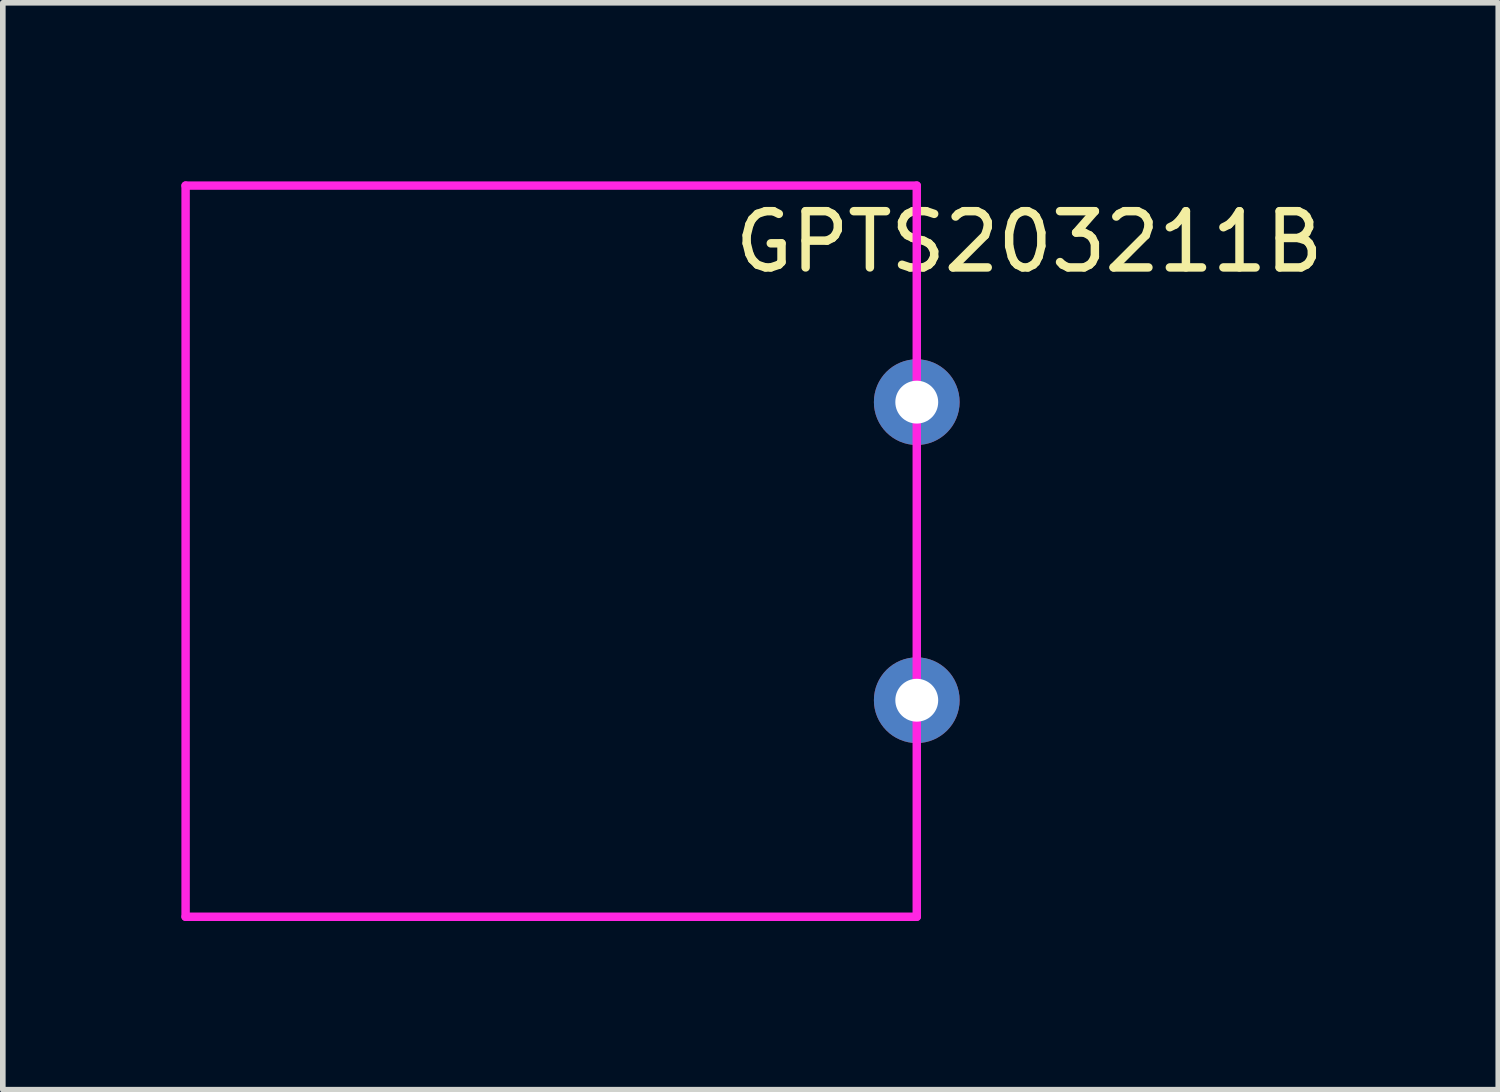
<source format=kicad_pcb>
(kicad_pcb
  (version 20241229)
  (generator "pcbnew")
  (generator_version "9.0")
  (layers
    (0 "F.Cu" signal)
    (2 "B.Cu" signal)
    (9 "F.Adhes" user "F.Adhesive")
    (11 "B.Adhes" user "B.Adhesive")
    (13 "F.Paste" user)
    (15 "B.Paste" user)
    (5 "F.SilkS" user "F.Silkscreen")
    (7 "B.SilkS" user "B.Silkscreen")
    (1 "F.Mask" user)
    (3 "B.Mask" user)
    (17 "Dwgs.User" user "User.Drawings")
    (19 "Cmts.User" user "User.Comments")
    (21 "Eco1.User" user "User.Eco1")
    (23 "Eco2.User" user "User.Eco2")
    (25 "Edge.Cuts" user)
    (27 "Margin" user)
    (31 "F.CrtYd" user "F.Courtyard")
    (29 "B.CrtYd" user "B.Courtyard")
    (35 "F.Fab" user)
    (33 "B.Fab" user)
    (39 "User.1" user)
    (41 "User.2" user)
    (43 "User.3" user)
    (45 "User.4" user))
  (footprint "GPTS203211B"
    (layer "F.Cu")
    (at 0.25 0.25)
    (property "Reference" "GPTS203211B" (at 15 1 0) (layer "F.SilkS") (effects (font (size 1 1) (thickness 0.15))))
    (attr through_hole)
    (fp_line (start 0 0) (end 13 0) (stroke (width 0.15) (type solid)) (layer "F.CrtYd"))
    (fp_line (start 0 13) (end 0 0) (stroke (width 0.15) (type solid)) (layer "F.CrtYd"))
    (fp_line (start 13 0) (end 13 13) (stroke (width 0.15) (type solid)) (layer "F.CrtYd"))
    (fp_line (start 13 13) (end 0 13) (stroke (width 0.15) (type solid)) (layer "F.CrtYd"))
    (pad "1" thru_hole circle (at 13 9.15) (size 1.524 1.524) (drill 0.762) (layers "*.Cu" "*.Mask"))
    (pad "2" thru_hole circle (at 13 3.85) (size 1.524 1.524) (drill 0.762) (layers "*.Cu" "*.Mask")))
  (gr_rect
    (start -3 -3)
    (end 23.589 16.325)
    (stroke (width 0.1) (type default))
    (fill no)
    (layer "Edge.Cuts")))
</source>
